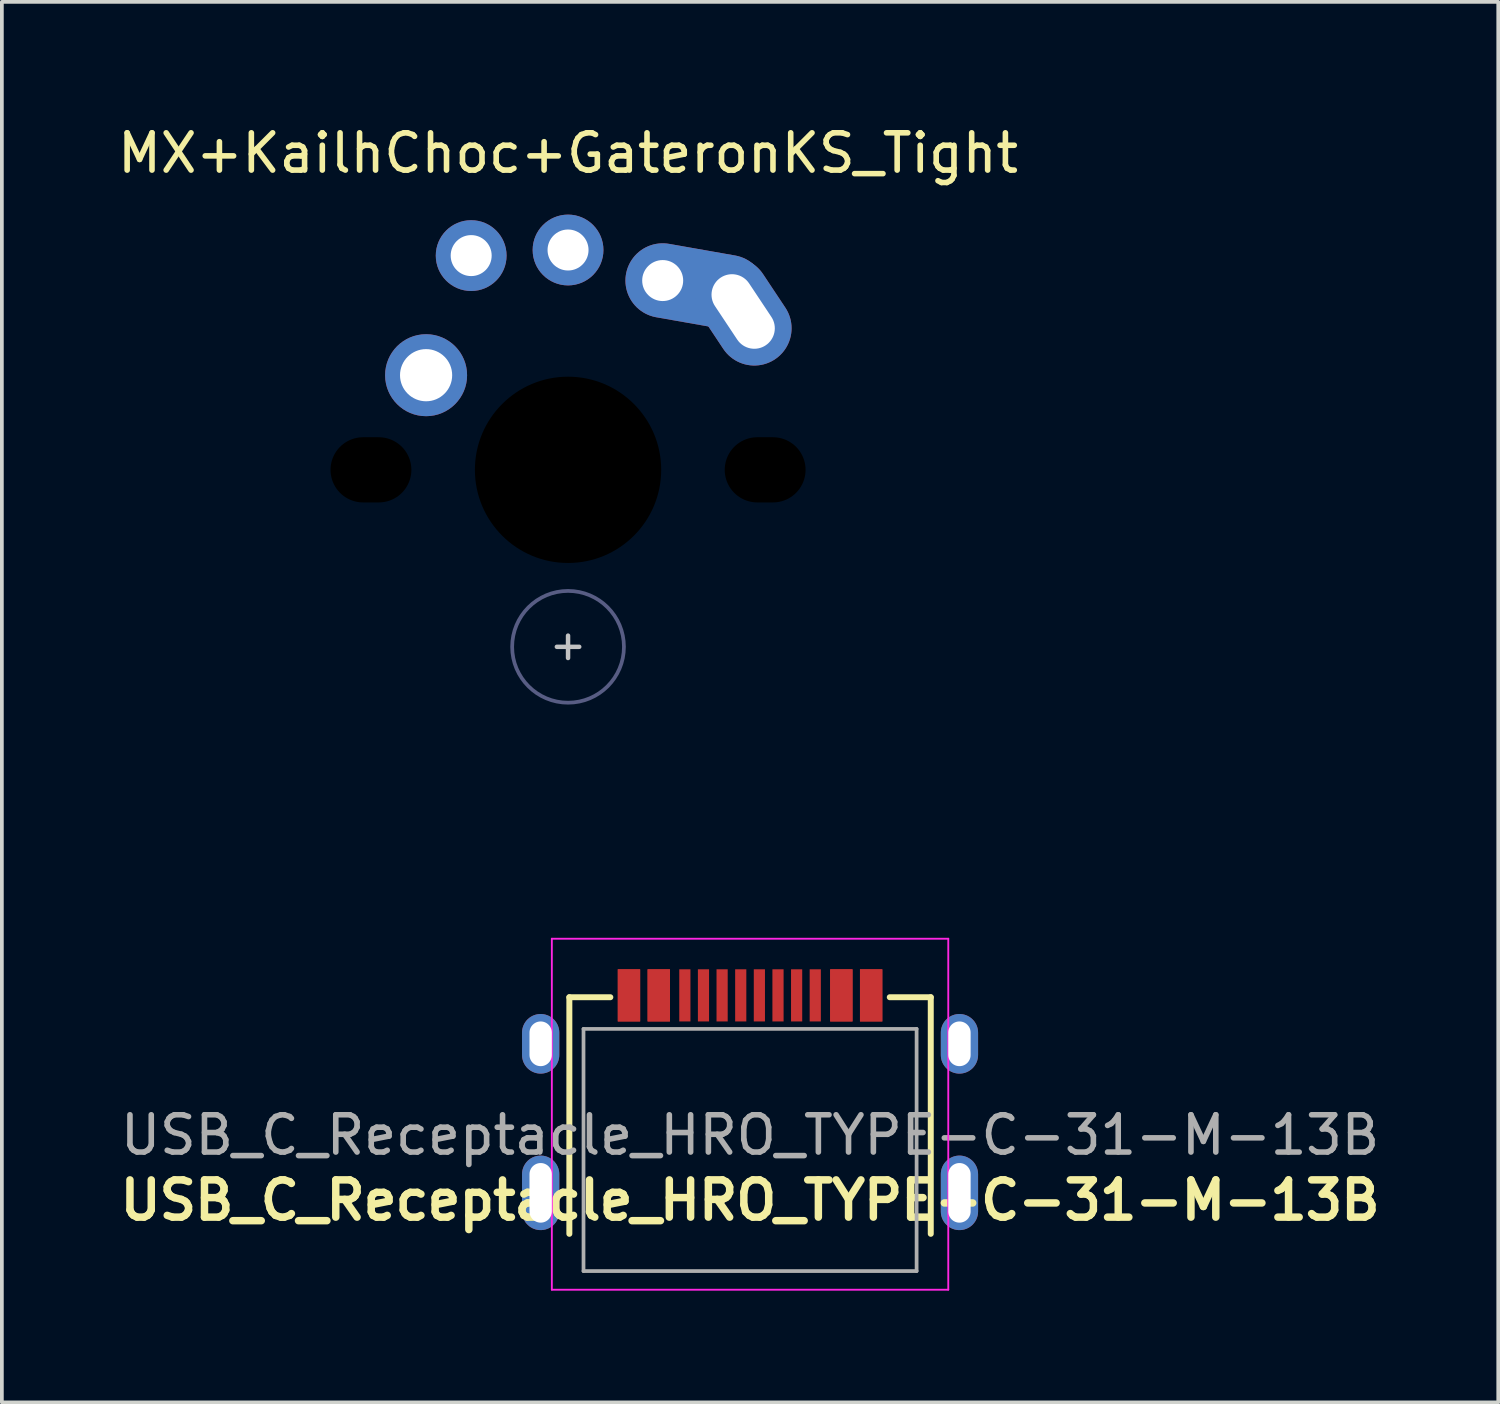
<source format=kicad_pcb>
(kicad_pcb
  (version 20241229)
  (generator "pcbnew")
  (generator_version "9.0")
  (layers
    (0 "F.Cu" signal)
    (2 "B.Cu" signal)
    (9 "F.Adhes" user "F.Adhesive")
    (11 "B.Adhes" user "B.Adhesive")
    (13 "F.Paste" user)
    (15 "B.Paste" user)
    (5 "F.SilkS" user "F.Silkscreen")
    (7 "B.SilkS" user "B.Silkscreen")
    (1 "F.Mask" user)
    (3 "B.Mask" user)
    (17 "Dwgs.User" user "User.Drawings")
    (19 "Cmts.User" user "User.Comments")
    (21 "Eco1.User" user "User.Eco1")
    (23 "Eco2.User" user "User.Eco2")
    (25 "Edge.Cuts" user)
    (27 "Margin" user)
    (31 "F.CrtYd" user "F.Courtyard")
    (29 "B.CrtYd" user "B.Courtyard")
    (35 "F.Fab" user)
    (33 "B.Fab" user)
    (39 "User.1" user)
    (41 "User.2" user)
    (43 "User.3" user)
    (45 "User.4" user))
  (footprint "MX+KailhChoc+GateronKS_Tight"
    (layer "F.Cu")
    (at 12.196 9.56)
    (property "Reference" "MX+KailhChoc+GateronKS_Tight" (at 0 -8.5 0) (unlocked yes) (layer "F.SilkS") (effects (font (size 1 1) (thickness 0.15))))
    (attr through_hole)
    (fp_line (start 0 5.05) (end 0 4.45) (stroke (width 0.12) (type solid)) (layer "Dwgs.User"))
    (fp_line (start 0.3 4.75) (end -0.3 4.75) (stroke (width 0.12) (type solid)) (layer "Dwgs.User"))
    (fp_circle (center 0 4.75) (end 0 3.25) (stroke (width 0.1) (type solid)) (fill no) (layer "B.Fab"))
    (fp_line (start -7.5 -7) (end -7 -7.5) (stroke (width 0.12) (type solid)) (layer "User.1"))
    (fp_line (start -7.5 7) (end -7.5 -7) (stroke (width 0.12) (type solid)) (layer "User.1"))
    (fp_line (start -7 -7.5) (end 7 -7.5) (stroke (width 0.12) (type solid)) (layer "User.1"))
    (fp_line (start -7 7.5) (end -7.5 7) (stroke (width 0.12) (type solid)) (layer "User.1"))
    (fp_line (start 7 -7.5) (end 7.5 -7) (stroke (width 0.12) (type solid)) (layer "User.1"))
    (fp_line (start 7 7.5) (end -7 7.5) (stroke (width 0.12) (type solid)) (layer "User.1"))
    (fp_line (start 7.5 -7) (end 7.5 7) (stroke (width 0.12) (type solid)) (layer "User.1"))
    (fp_line (start 7.5 7) (end 7 7.5) (stroke (width 0.12) (type solid)) (layer "User.1"))
    (fp_rect (start 9.5 9.5) (end -9.5 -9.5) (stroke (width 0.12) (type solid)) (fill no) (layer "User.1"))
    (fp_line (start -7.5 -7.5) (end 7.5 -7.5) (stroke (width 0.2) (type solid)) (layer "User.2"))
    (fp_line (start -7.5 7.5) (end -7.5 -7.5) (stroke (width 0.2) (type solid)) (layer "User.2"))
    (fp_line (start -3.1 -5.9) (end -2.1 -5.9) (stroke (width 0.2) (type solid)) (layer "User.2"))
    (fp_line (start -3.1 -5.6) (end -3.1 -5.9) (stroke (width 0.2) (type solid)) (layer "User.2"))
    (fp_line (start -2.1 -5.9) (end -2.1 -5.6) (stroke (width 0.2) (type solid)) (layer "User.2"))
    (fp_line (start -2.1 -5.6) (end -3.1 -5.6) (stroke (width 0.2) (type solid)) (layer "User.2"))
    (fp_line (start -1.8 3.5) (end -1.8 5.75) (stroke (width 0.2) (type solid)) (layer "User.2"))
    (fp_line (start -1.8 5.75) (end 3.2 5.75) (stroke (width 0.2) (type solid)) (layer "User.2"))
    (fp_line (start 3.2 3.5) (end -1.8 3.5) (stroke (width 0.2) (type solid)) (layer "User.2"))
    (fp_line (start 3.2 5.75) (end 3.2 3.5) (stroke (width 0.2) (type solid)) (layer "User.2"))
    (fp_line (start 4.25 -4.925) (end 4.55 -4.925) (stroke (width 0.2) (type solid)) (layer "User.2"))
    (fp_line (start 4.25 -4.475) (end 4.25 -4.925) (stroke (width 0.2) (type solid)) (layer "User.2"))
    (fp_line (start 4.55 -4.925) (end 4.55 -4.475) (stroke (width 0.2) (type solid)) (layer "User.2"))
    (fp_line (start 4.55 -4.475) (end 4.25 -4.475) (stroke (width 0.2) (type solid)) (layer "User.2"))
    (fp_line (start 7.5 -7.5) (end 7.5 7.5) (stroke (width 0.2) (type solid)) (layer "User.2"))
    (fp_line (start 7.5 7.5) (end -7.5 7.5) (stroke (width 0.2) (type solid)) (layer "User.2"))
    (fp_rect (start -1.8 6.3) (end 3.2 4.05) (stroke (width 0.1) (type solid)) (fill no) (layer "User.2"))
    (fp_circle (center 0 0) (end -2.525 0) (stroke (width 0.2) (type solid)) (fill no) (layer "User.2"))
    (pad "" np_thru_hole oval (at -5.29 0 180) (size 2.17 1.75) (drill oval 2.17 1.75) (layers "*.Mask"))
    (pad "" np_thru_hole circle (at 0 0 180) (size 5.2 5.2) (drill 5) (layers "*.Mask"))
    (pad "" np_thru_hole oval (at 5.29 0 180) (size 2.17 1.75) (drill oval 2.17 1.75) (layers "*.Mask"))
    (pad "1" thru_hole oval (at 2.54 -5.08 170) (size 3.8 2) (drill 1.1 (offset -0.9 0)) (layers "*.Cu" "*.Mask"))
    (pad "1" thru_hole oval (at 4.7 -4.25 123.6) (size 3.082 2) (drill oval 2.182 1.1) (layers "*.Cu" "*.Mask"))
    (pad "2" thru_hole circle (at -3.81 -2.54 180) (size 2.2 2.2) (drill 1.4) (layers "*.Cu" "*.Mask"))
    (pad "2" thru_hole circle (at -2.6 -5.75 180) (size 1.9 1.9) (drill 1.1) (layers "*.Cu" "*.Mask"))
    (pad "2" thru_hole circle (at 0 -5.9 180) (size 1.9 1.9) (drill 1.1) (layers "*.Cu" "*.Mask")))
  (footprint "USB_C_Receptacle_HRO_TYPE-C-31-M-13B"
    (layer "F.Cu")
    (at 17.081 31.065)
    (property "Reference" "USB_C_Receptacle_HRO_TYPE-C-31-M-13B" (at 0 -1.9 180) (layer "F.SilkS") (effects (font (size 1 1) (thickness 0.2))))
    (attr through_hole)
    (fp_line (start -4.85 -7.35) (end -4.85 -1) (stroke (width 0.16) (type solid)) (layer "F.SilkS"))
    (fp_line (start -4.85 -7.35) (end -3.75 -7.35) (stroke (width 0.16) (type solid)) (layer "F.SilkS"))
    (fp_line (start 4.85 -7.35) (end 3.75 -7.35) (stroke (width 0.16) (type solid)) (layer "F.SilkS"))
    (fp_line (start 4.85 -7.35) (end 4.85 -1) (stroke (width 0.16) (type solid)) (layer "F.SilkS"))
    (fp_line (start -4.62 -6.7) (end -4.62 0) (stroke (width 0.05) (type solid)) (layer "Eco1.User"))
    (fp_line (start -4.62 0) (end -6 0) (stroke (width 0.05) (type solid)) (layer "Eco1.User"))
    (fp_line (start -4.22 -6.7) (end 4.22 -6.7) (stroke (width 0.05) (type solid)) (layer "Eco1.User"))
    (fp_line (start 4.62 0) (end 4.62 -6.7) (stroke (width 0.05) (type solid)) (layer "Eco1.User"))
    (fp_line (start 6 0) (end 4.62 0) (stroke (width 0.05) (type solid)) (layer "Eco1.User"))
    (fp_arc (start -4.62 -6.7) (mid -4.42 -6.9) (end -4.22 -6.7) (stroke (width 0.05) (type solid)) (layer "Eco1.User"))
    (fp_arc (start 4.22 -6.7) (mid 4.42 -6.9) (end 4.62 -6.7) (stroke (width 0.05) (type solid)) (layer "Eco1.User"))
    (fp_line (start -5.32 -8.92) (end -5.32 0.5) (stroke (width 0.05) (type solid)) (layer "F.CrtYd"))
    (fp_line (start -5.32 -8.92) (end 5.32 -8.92) (stroke (width 0.05) (type solid)) (layer "F.CrtYd"))
    (fp_line (start -5.32 0.5) (end 5.32 0.5) (stroke (width 0.05) (type solid)) (layer "F.CrtYd"))
    (fp_line (start 5.32 -8.92) (end 5.32 0.5) (stroke (width 0.05) (type solid)) (layer "F.CrtYd"))
    (fp_line (start -4.47 -6.5) (end -4.47 0) (stroke (width 0.1) (type solid)) (layer "F.Fab"))
    (fp_line (start -4.47 -6.5) (end 4.47 -6.5) (stroke (width 0.1) (type solid)) (layer "F.Fab"))
    (fp_line (start -4.47 0) (end 4.47 0) (stroke (width 0.1) (type solid)) (layer "F.Fab"))
    (fp_line (start 4.47 -6.5) (end 4.47 0) (stroke (width 0.1) (type solid)) (layer "F.Fab"))
    (fp_text user "${REFERENCE}" (at 0 -3.65 180) (layer "F.Fab") (effects (font (size 1 1) (thickness 0.15))))
    (pad "A1" smd rect (at -3.25 -7.4) (size 0.6 1.4) (layers "F.Cu" "F.Mask" "F.Paste"))
    (pad "A4" smd rect (at -2.45 -7.4) (size 0.6 1.4) (layers "F.Cu" "F.Mask" "F.Paste"))
    (pad "A5" smd rect (at -1.25 -7.4) (size 0.3 1.4) (layers "F.Cu" "F.Mask" "F.Paste"))
    (pad "A6" smd rect (at -0.25 -7.4) (size 0.3 1.4) (layers "F.Cu" "F.Mask" "F.Paste"))
    (pad "A7" smd rect (at 0.25 -7.4) (size 0.3 1.4) (layers "F.Cu" "F.Mask" "F.Paste"))
    (pad "A8" smd rect (at 1.25 -7.4) (size 0.3 1.4) (layers "F.Cu" "F.Mask" "F.Paste"))
    (pad "A9" smd rect (at 2.45 -7.4) (size 0.6 1.4) (layers "F.Cu" "F.Mask" "F.Paste"))
    (pad "A12" smd rect (at 3.25 -7.4) (size 0.6 1.4) (layers "F.Cu" "F.Mask" "F.Paste"))
    (pad "B1" smd rect (at 3.25 -7.4) (size 0.6 1.4) (layers "F.Cu" "F.Mask" "F.Paste"))
    (pad "B4" smd rect (at 2.45 -7.4) (size 0.6 1.4) (layers "F.Cu" "F.Mask" "F.Paste"))
    (pad "B5" smd rect (at 1.75 -7.4) (size 0.3 1.4) (layers "F.Cu" "F.Mask" "F.Paste"))
    (pad "B6" smd rect (at 0.75 -7.4) (size 0.3 1.4) (layers "F.Cu" "F.Mask" "F.Paste"))
    (pad "B7" smd rect (at -0.75 -7.4) (size 0.3 1.4) (layers "F.Cu" "F.Mask" "F.Paste"))
    (pad "B8" smd rect (at -1.75 -7.4) (size 0.3 1.4) (layers "F.Cu" "F.Mask" "F.Paste"))
    (pad "B9" smd rect (at -2.45 -7.4) (size 0.6 1.4) (layers "F.Cu" "F.Mask" "F.Paste"))
    (pad "B12" smd rect (at -3.25 -7.4) (size 0.6 1.4) (layers "F.Cu" "F.Mask" "F.Paste"))
    (pad "S1" thru_hole oval (at -5.62 -6.1) (size 1 1.6) (drill oval 0.6 1.2) (layers "*.Cu" "*.Mask"))
    (pad "S1" thru_hole oval (at -5.62 -2.1) (size 1 2) (drill oval 0.6 1.6) (layers "*.Cu" "*.Mask"))
    (pad "S1" thru_hole oval (at 5.62 -6.1) (size 1 1.6) (drill oval 0.6 1.2) (layers "*.Cu" "*.Mask"))
    (pad "S1" thru_hole oval (at 5.62 -2.1) (size 1 2) (drill oval 0.6 1.6) (layers "*.Cu" "*.Mask")))
  (gr_rect
    (start -3 -3)
    (end 37.162 34.59)
    (stroke (width 0.1) (type default))
    (fill no)
    (layer "Edge.Cuts")))
</source>
